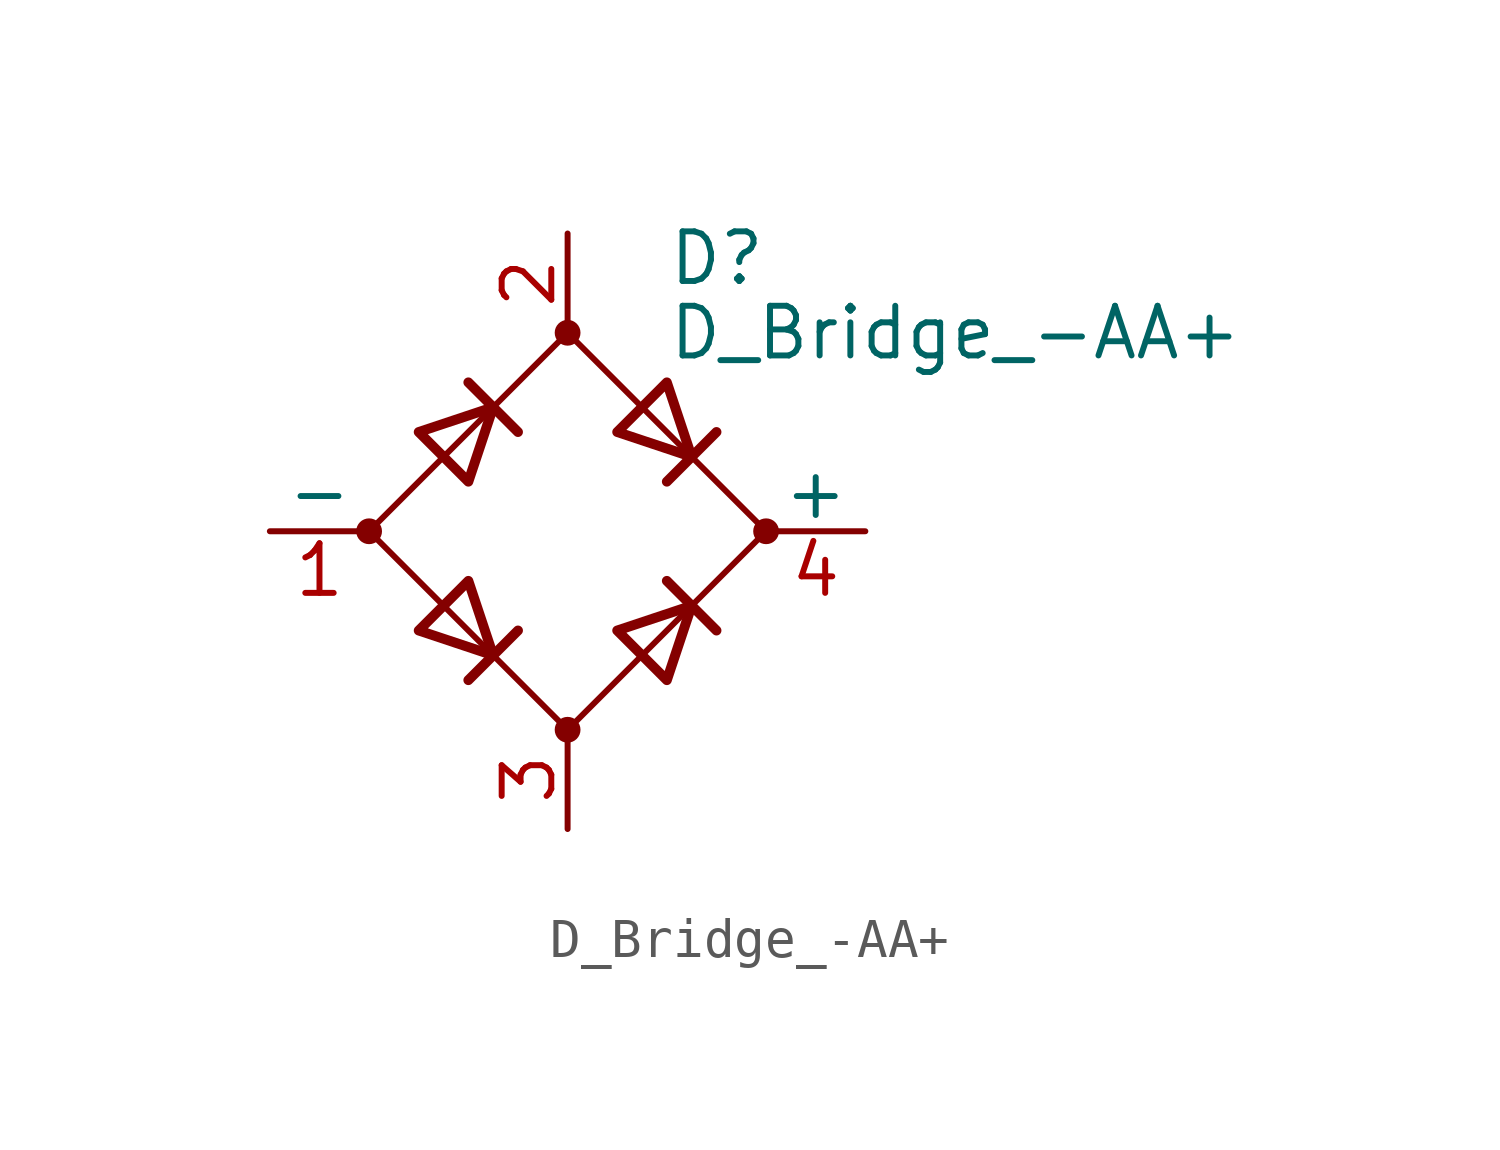
<source format=kicad_sym>
(kicad_symbol_lib
  (version 20241209)
  (generator "kicad_symbol_editor")
  (generator_version "9.0")
  (symbol "D_Bridge_-AA+"
    (pin_names
      (offset 0))
    (property "Reference" "D"
      (at 2.54 6.985 0)
      (effects (font (size 1.27 1.27)) (justify left)))
    (property "Value" "D_Bridge_-AA+"
      (at 2.54 5.08 0)
      (effects (font (size 1.27 1.27)) (justify left)))
    (symbol "D_Bridge_-AA+_0_1"
      (circle (center -5.08 0) (radius 0.254) (stroke (width 0) (type solid)) (fill (type outline)))
      (polyline (pts (xy -5.08 0) (xy 0 -5.08) (xy 5.08 0) (xy 0 5.08) (xy -5.08 0)) (stroke (width 0) (type solid)) (fill (type none)))
      (polyline (pts (xy -3.81 2.54) (xy -2.54 1.27) (xy -1.905 3.175) (xy -3.81 2.54)) (stroke (width 0.254) (type solid)) (fill (type none)))
      (polyline (pts (xy -2.54 3.81) (xy -1.27 2.54)) (stroke (width 0.254) (type solid)) (fill (type none)))
      (polyline (pts (xy -2.54 -1.27) (xy -3.81 -2.54) (xy -1.905 -3.175) (xy -2.54 -1.27)) (stroke (width 0.254) (type solid)) (fill (type none)))
      (polyline (pts (xy -1.27 -2.54) (xy -2.54 -3.81)) (stroke (width 0.254) (type solid)) (fill (type none)))
      (circle (center 0 5.08) (radius 0.254) (stroke (width 0) (type solid)) (fill (type outline)))
      (circle (center 0 -5.08) (radius 0.254) (stroke (width 0) (type solid)) (fill (type outline)))
      (polyline (pts (xy 1.27 2.54) (xy 2.54 3.81) (xy 3.175 1.905) (xy 1.27 2.54)) (stroke (width 0.254) (type solid)) (fill (type none)))
      (polyline (pts (xy 2.54 1.27) (xy 3.81 2.54)) (stroke (width 0.254) (type solid)) (fill (type none)))
      (polyline (pts (xy 2.54 -1.27) (xy 3.81 -2.54)) (stroke (width 0.254) (type solid)) (fill (type none)))
      (polyline (pts (xy 3.175 -1.905) (xy 1.27 -2.54) (xy 2.54 -3.81) (xy 3.175 -1.905)) (stroke (width 0.254) (type solid)) (fill (type none)))
      (circle (center 5.08 0) (radius 0.254) (stroke (width 0) (type solid)) (fill (type outline))))
    (symbol "D_Bridge_-AA+_1_1"
      (pin passive line (at -7.62 0 0) (length 2.54) (name "-" (effects (font (size 1.27 1.27)))) (number "1" (effects (font (size 1.27 1.27)))))
      (pin passive line (at 0 7.62 270) (length 2.54) (name "~" (effects (font (size 1.27 1.27)))) (number "2" (effects (font (size 1.27 1.27)))))
      (pin passive line (at 0 -7.62 90) (length 2.54) (name "~" (effects (font (size 1.27 1.27)))) (number "3" (effects (font (size 1.27 1.27)))))
      (pin passive line (at 7.62 0 180) (length 2.54) (name "+" (effects (font (size 1.27 1.27)))) (number "4" (effects (font (size 1.27 1.27))))))))
</source>
